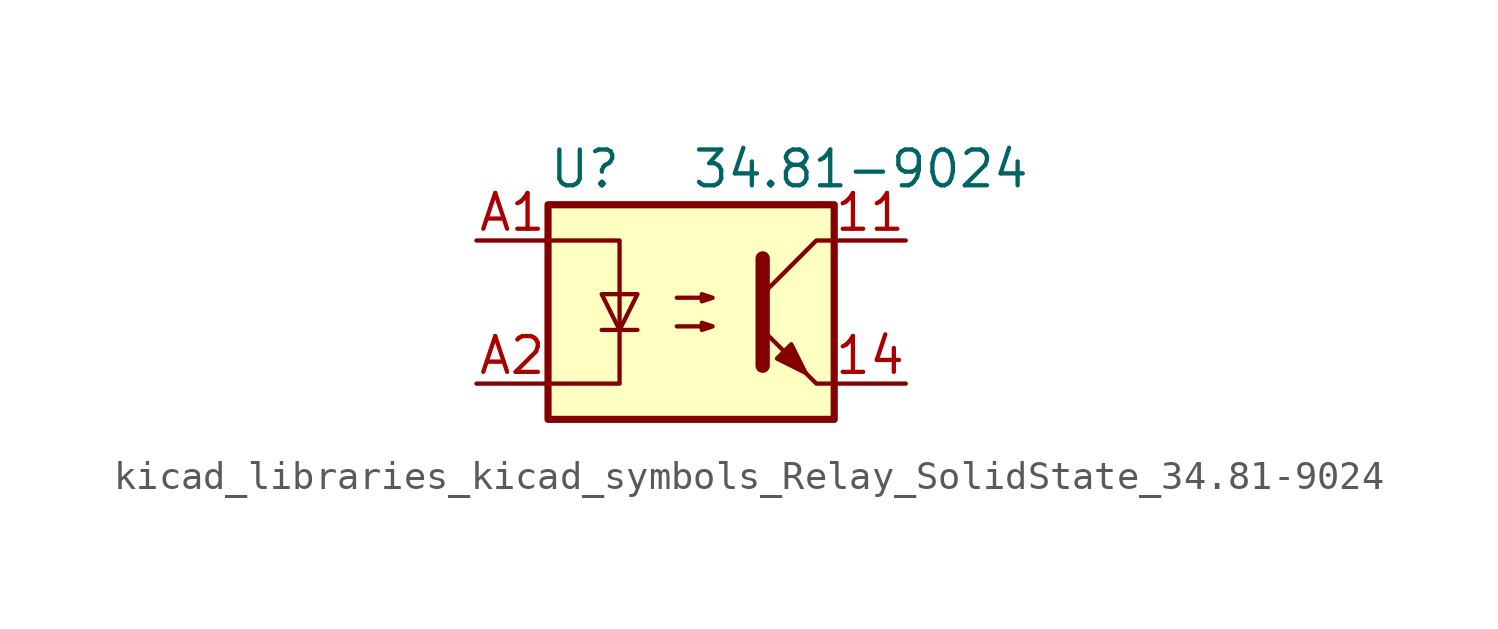
<source format=kicad_sym>
(kicad_symbol_lib
  (version 20220914)
  (generator kicad_symbol_editor)
  (symbol "kicad_libraries_kicad_symbols_Relay_SolidState_34.81-9024"
    (property "Reference" "U"
      (at -5.08 5.08 0)
      (effects (font (size 1.27 1.27)) (justify left)))
    (property "Value" "34.81-9024"
      (at 0 5.08 0)
      (effects (font (size 1.27 1.27)) (justify left)))
    (symbol "kicad_libraries_kicad_symbols_Relay_SolidState_34.81-9024_0_1"
      (rectangle (start -5.08 3.81) (end 5.08 -3.81) (stroke (width 0.254) (type default)) (fill (type background)))
      (polyline (pts (xy -3.175 -0.635) (xy -1.905 -0.635)) (stroke (width 0) (type default)) (fill (type none)))
      (polyline (pts (xy 2.54 1.905) (xy 2.54 -1.905) (xy 2.54 -1.905)) (stroke (width 0.508) (type default)) (fill (type none)))
      (polyline (pts (xy -5.08 2.54) (xy -2.54 2.54) (xy -2.54 -2.54) (xy -5.08 -2.54)) (stroke (width 0) (type default)) (fill (type none)))
      (polyline (pts (xy -2.54 -0.635) (xy -3.175 0.635) (xy -1.905 0.635) (xy -2.54 -0.635)) (stroke (width 0) (type default)) (fill (type none)))
      (polyline (pts (xy -0.508 -0.508) (xy 0.762 -0.508) (xy 0.381 -0.635) (xy 0.381 -0.381) (xy 0.762 -0.508)) (stroke (width 0) (type default)) (fill (type none)))
      (polyline (pts (xy -0.508 0.508) (xy 0.762 0.508) (xy 0.381 0.381) (xy 0.381 0.635) (xy 0.762 0.508)) (stroke (width 0) (type default)) (fill (type none)))
      (polyline (pts (xy 3.048 -1.651) (xy 3.556 -1.143) (xy 4.064 -2.159) (xy 3.048 -1.651) (xy 3.048 -1.651)) (stroke (width 0) (type default)) (fill (type outline)))
      (polyline (pts (xy 5.08 2.54) (xy 4.445 2.54) (xy 2.54 0.635) (xy 2.54 -0.635) (xy 4.445 -2.54) (xy 5.08 -2.54)) (stroke (width 0) (type default)) (fill (type none))))
    (symbol "kicad_libraries_kicad_symbols_Relay_SolidState_34.81-9024_1_1"
      (pin passive line (at 7.62 2.54 180) (length 2.54) (name "~" (effects (font (size 1.27 1.27)))) (number "11" (effects (font (size 1.27 1.27)))))
      (pin passive line (at 7.62 -2.54 180) (length 2.54) (name "~" (effects (font (size 1.27 1.27)))) (number "14" (effects (font (size 1.27 1.27)))))
      (pin passive line (at -7.62 2.54 0) (length 2.54) (name "~" (effects (font (size 1.27 1.27)))) (number "A1" (effects (font (size 1.27 1.27)))))
      (pin passive line (at -7.62 -2.54 0) (length 2.54) (name "~" (effects (font (size 1.27 1.27)))) (number "A2" (effects (font (size 1.27 1.27))))))))
</source>
